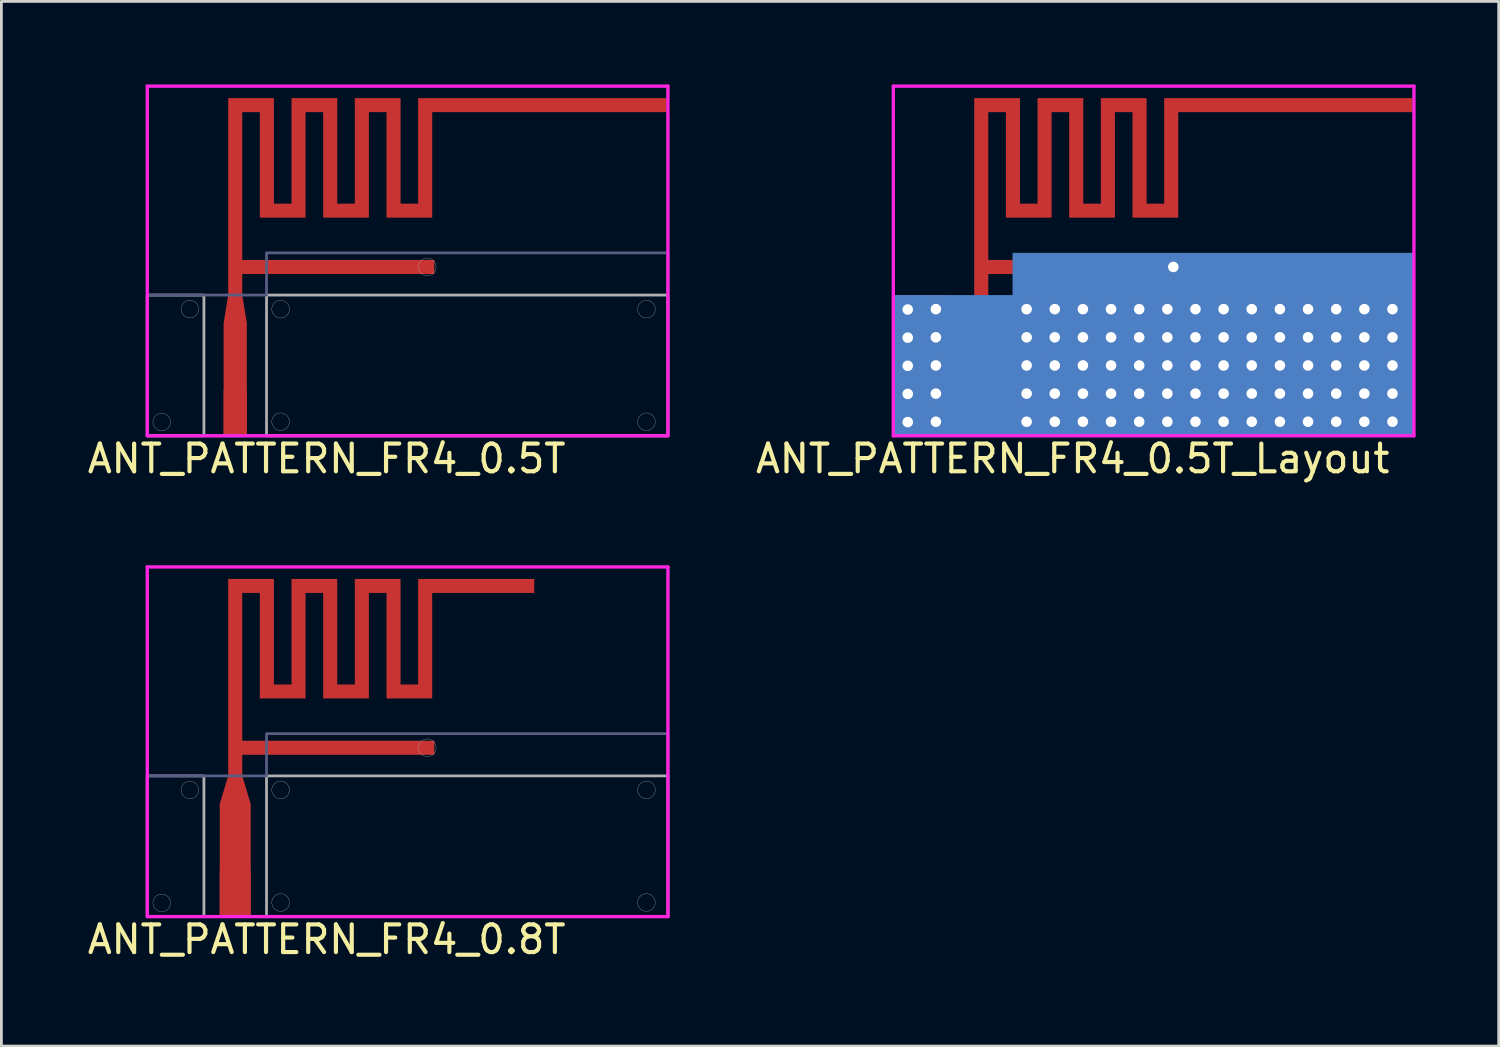
<source format=kicad_pcb>
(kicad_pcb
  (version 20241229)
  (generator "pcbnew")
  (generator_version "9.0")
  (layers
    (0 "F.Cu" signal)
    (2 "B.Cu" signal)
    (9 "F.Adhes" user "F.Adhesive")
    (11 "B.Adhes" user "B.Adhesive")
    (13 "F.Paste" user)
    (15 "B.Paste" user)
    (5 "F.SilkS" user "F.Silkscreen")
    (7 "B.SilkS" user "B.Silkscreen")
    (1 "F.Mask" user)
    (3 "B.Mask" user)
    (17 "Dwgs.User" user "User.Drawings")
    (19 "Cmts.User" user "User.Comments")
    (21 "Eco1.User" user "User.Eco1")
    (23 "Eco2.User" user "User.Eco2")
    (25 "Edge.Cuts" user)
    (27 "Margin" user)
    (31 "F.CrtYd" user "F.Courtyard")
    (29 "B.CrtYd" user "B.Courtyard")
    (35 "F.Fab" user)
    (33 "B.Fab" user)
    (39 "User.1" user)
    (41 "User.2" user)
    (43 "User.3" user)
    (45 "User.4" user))
  (footprint "ANT_PATTERN_FR4_0.8T"
    (layer "F.Cu")
    (at 5.442 30.105)
    (property "Reference" "ANT_PATTERN_FR4_0.8T" (at 3.302 0.762 0) (layer "F.SilkS") (effects (font (size 1 1) (thickness 0.15))))
    (attr through_hole)
    (fp_poly (pts (xy 0.559 -4.128) (xy 0.559 -0.064) (xy -0.559 -0.064) (xy -0.559 -4.128) (xy -0.254 -5.144) (xy -0.254 -12.255) (xy 1.397 -12.255) (xy 1.397 -8.445) (xy 2.032 -8.445) (xy 2.032 -12.255) (xy 3.683 -12.255) (xy 3.683 -8.445) (xy 4.318 -8.445) (xy 4.318 -12.255) (xy 5.969 -12.255) (xy 5.969 -8.445) (xy 6.604 -8.445) (xy 6.604 -12.255) (xy 10.795 -12.255) (xy 10.795 -11.748) (xy 7.112 -11.748) (xy 7.112 -7.938) (xy 5.461 -7.938) (xy 5.461 -11.748) (xy 4.826 -11.748) (xy 4.826 -7.938) (xy 3.175 -7.938) (xy 3.175 -11.748) (xy 2.54 -11.748) (xy 2.54 -7.938) (xy 0.889 -7.938) (xy 0.889 -11.748) (xy 0.254 -11.748) (xy 0.254 -6.413) (xy 7.188 -6.413) (xy 7.188 -5.905) (xy 0.254 -5.905) (xy 0.254 -5.144)) (stroke (width 0) (type solid)) (fill yes) (layer "F.Cu"))
    (fp_poly (pts (xy 0.559 -4.14) (xy 0.559 -0.076) (xy -0.559 -0.064) (xy -0.559 -4.128) (xy -0.254 -5.144) (xy -0.254 -12.255) (xy 1.397 -12.255) (xy 1.397 -8.445) (xy 2.032 -8.445) (xy 2.032 -12.255) (xy 3.683 -12.255) (xy 3.683 -8.445) (xy 4.318 -8.445) (xy 4.318 -12.255) (xy 5.969 -12.255) (xy 5.969 -8.445) (xy 6.604 -8.445) (xy 6.604 -12.255) (xy 10.795 -12.255) (xy 10.795 -11.748) (xy 7.112 -11.748) (xy 7.112 -7.938) (xy 5.461 -7.938) (xy 5.461 -11.748) (xy 4.826 -11.748) (xy 4.826 -7.938) (xy 3.175 -7.938) (xy 3.175 -11.748) (xy 2.54 -11.748) (xy 2.54 -7.938) (xy 0.889 -7.938) (xy 0.889 -11.748) (xy 0.254 -11.748) (xy 0.254 -6.413) (xy 7.188 -6.413) (xy 7.188 -5.905) (xy 0.254 -5.905) (xy 0.254 -5.144)) (stroke (width 0) (type solid)) (fill yes) (layer "F.Mask"))
    (fp_circle (center -2.654 -0.559) (end -2.337 -0.559) (stroke (width 0.01) (type solid)) (fill no) (layer "Dwgs.User"))
    (fp_circle (center -1.638 -4.636) (end -1.321 -4.636) (stroke (width 0.01) (type solid)) (fill no) (layer "Dwgs.User"))
    (fp_circle (center 1.638 -4.636) (end 1.956 -4.636) (stroke (width 0.01) (type solid)) (fill no) (layer "Dwgs.User"))
    (fp_circle (center 1.638 -0.572) (end 1.956 -0.572) (stroke (width 0.01) (type solid)) (fill no) (layer "Dwgs.User"))
    (fp_circle (center 6.934 -6.16) (end 7.252 -6.16) (stroke (width 0.01) (type solid)) (fill no) (layer "Dwgs.User"))
    (fp_circle (center 14.846 -4.636) (end 15.164 -4.636) (stroke (width 0.01) (type solid)) (fill no) (layer "Dwgs.User"))
    (fp_circle (center 14.846 -0.572) (end 15.164 -0.572) (stroke (width 0.01) (type solid)) (fill no) (layer "Dwgs.User"))
    (fp_line (start -3.175 -12.687) (end 15.621 -12.687) (stroke (width 0.12) (type solid)) (layer "F.CrtYd"))
    (fp_line (start -3.175 -0.064) (end -3.175 -12.687) (stroke (width 0.12) (type solid)) (layer "F.CrtYd"))
    (fp_line (start 15.621 -12.687) (end 15.621 -0.064) (stroke (width 0.12) (type solid)) (layer "F.CrtYd"))
    (fp_line (start 15.621 -0.064) (end -3.175 -0.064) (stroke (width 0.12) (type solid)) (layer "F.CrtYd"))
    (fp_poly (pts (xy 15.621 -0.064) (xy -3.175 -0.064) (xy -3.175 -5.144) (xy 1.13 -5.144) (xy 1.13 -6.668) (xy 15.621 -6.668) (xy 15.621 -5.144)) (stroke (width 0.1) (type solid)) (fill no) (layer "B.Fab"))
    (fp_poly (pts (xy -1.13 -0.064) (xy -3.175 -0.064) (xy -3.175 -5.144) (xy -1.13 -5.144)) (stroke (width 0.1) (type solid)) (fill no) (layer "F.Fab"))
    (fp_poly (pts (xy 15.621 -5.144) (xy 15.621 -0.064) (xy 1.13 -0.064) (xy 1.13 -5.144)) (stroke (width 0.1) (type solid)) (fill no) (layer "F.Fab"))
    (pad "1" connect trapezoid (at 0 -0.889) (size 1.118 1.651) (layers "F.Cu" "F.Mask")))
  (footprint "ANT_PATTERN_FR4_0.5T"
    (layer "F.Cu")
    (at 5.442 12.747)
    (property "Reference" "ANT_PATTERN_FR4_0.5T" (at 3.302 0.762 0) (layer "F.SilkS") (effects (font (size 1 1) (thickness 0.15))))
    (attr through_hole)
    (fp_poly (pts (xy 0.419 -4.128) (xy 0.419 -0.064) (xy -0.419 -0.064) (xy -0.419 -4.128) (xy -0.254 -5.144) (xy -0.254 -12.255) (xy 1.397 -12.255) (xy 1.397 -8.445) (xy 2.032 -8.445) (xy 2.032 -12.255) (xy 3.683 -12.255) (xy 3.683 -8.445) (xy 4.318 -8.445) (xy 4.318 -12.255) (xy 5.969 -12.255) (xy 5.969 -8.445) (xy 6.604 -8.445) (xy 6.604 -12.255) (xy 15.57 -12.255) (xy 15.57 -11.748) (xy 7.112 -11.748) (xy 7.112 -7.938) (xy 5.461 -7.938) (xy 5.461 -11.748) (xy 4.826 -11.748) (xy 4.826 -7.938) (xy 3.175 -7.938) (xy 3.175 -11.748) (xy 2.54 -11.748) (xy 2.54 -7.938) (xy 0.889 -7.938) (xy 0.889 -11.748) (xy 0.254 -11.748) (xy 0.254 -6.413) (xy 7.188 -6.413) (xy 7.188 -5.905) (xy 0.254 -5.905) (xy 0.254 -5.144)) (stroke (width 0) (type solid)) (fill yes) (layer "F.Cu"))
    (fp_poly (pts (xy 0.419 -4.128) (xy 0.419 -0.064) (xy -0.419 -0.064) (xy -0.419 -4.128) (xy -0.254 -5.144) (xy -0.254 -12.255) (xy 1.397 -12.255) (xy 1.397 -8.445) (xy 2.032 -8.445) (xy 2.032 -12.255) (xy 3.683 -12.255) (xy 3.683 -8.445) (xy 4.318 -8.445) (xy 4.318 -12.255) (xy 5.969 -12.255) (xy 5.969 -8.445) (xy 6.604 -8.445) (xy 6.604 -12.255) (xy 15.57 -12.255) (xy 15.57 -11.748) (xy 7.112 -11.748) (xy 7.112 -7.938) (xy 5.461 -7.938) (xy 5.461 -11.748) (xy 4.826 -11.748) (xy 4.826 -7.938) (xy 3.175 -7.938) (xy 3.175 -11.748) (xy 2.54 -11.748) (xy 2.54 -7.938) (xy 0.889 -7.938) (xy 0.889 -11.748) (xy 0.254 -11.748) (xy 0.254 -6.413) (xy 7.188 -6.413) (xy 7.188 -5.905) (xy 0.254 -5.905) (xy 0.254 -5.144)) (stroke (width 0) (type solid)) (fill yes) (layer "F.Mask"))
    (fp_circle (center -2.654 -0.559) (end -2.337 -0.559) (stroke (width 0.01) (type solid)) (fill no) (layer "Dwgs.User"))
    (fp_circle (center -1.638 -4.636) (end -1.321 -4.636) (stroke (width 0.01) (type solid)) (fill no) (layer "Dwgs.User"))
    (fp_circle (center 1.638 -4.636) (end 1.956 -4.636) (stroke (width 0.01) (type solid)) (fill no) (layer "Dwgs.User"))
    (fp_circle (center 1.638 -0.572) (end 1.956 -0.572) (stroke (width 0.01) (type solid)) (fill no) (layer "Dwgs.User"))
    (fp_circle (center 6.934 -6.16) (end 7.252 -6.16) (stroke (width 0.01) (type solid)) (fill no) (layer "Dwgs.User"))
    (fp_circle (center 14.846 -4.636) (end 15.164 -4.636) (stroke (width 0.01) (type solid)) (fill no) (layer "Dwgs.User"))
    (fp_circle (center 14.846 -0.572) (end 15.164 -0.572) (stroke (width 0.01) (type solid)) (fill no) (layer "Dwgs.User"))
    (fp_line (start -3.175 -12.687) (end 15.621 -12.687) (stroke (width 0.12) (type solid)) (layer "F.CrtYd"))
    (fp_line (start -3.175 -0.064) (end -3.175 -12.687) (stroke (width 0.12) (type solid)) (layer "F.CrtYd"))
    (fp_line (start 15.621 -12.687) (end 15.621 -0.064) (stroke (width 0.12) (type solid)) (layer "F.CrtYd"))
    (fp_line (start 15.621 -0.064) (end -3.175 -0.064) (stroke (width 0.12) (type solid)) (layer "F.CrtYd"))
    (fp_poly (pts (xy 15.621 -0.064) (xy -3.175 -0.064) (xy -3.175 -5.144) (xy 1.13 -5.144) (xy 1.13 -6.668) (xy 15.621 -6.668) (xy 15.621 -5.144)) (stroke (width 0.1) (type solid)) (fill no) (layer "B.Fab"))
    (fp_poly (pts (xy -1.13 -0.064) (xy -3.175 -0.064) (xy -3.175 -5.144) (xy -1.13 -5.144)) (stroke (width 0.1) (type solid)) (fill no) (layer "F.Fab"))
    (fp_poly (pts (xy 15.621 -5.144) (xy 15.621 -0.064) (xy 1.13 -0.064) (xy 1.13 -5.144)) (stroke (width 0.1) (type solid)) (fill no) (layer "F.Fab"))
    (pad "1" connect trapezoid (at 0 -0.889) (size 0.838 1.651) (layers "F.Cu" "F.Mask")))
  (footprint "ANT_PATTERN_FR4_0.5T_Layout"
    (layer "F.Cu")
    (at 32.375 12.747)
    (property "Reference" "ANT_PATTERN_FR4_0.5T_Layout" (at 3.302 0.762 0) (layer "F.SilkS") (effects (font (size 1 1) (thickness 0.15))))
    (attr through_hole)
    (fp_poly (pts (xy -1.13 -0.064) (xy -3.175 -0.064) (xy -3.175 -5.144) (xy -1.13 -5.144)) (stroke (width 0) (type solid)) (fill yes) (layer "F.Cu"))
    (fp_poly (pts (xy 15.621 -5.144) (xy 15.621 -0.064) (xy 1.13 -0.064) (xy 1.13 -5.144)) (stroke (width 0) (type solid)) (fill yes) (layer "F.Cu"))
    (fp_poly (pts (xy 0.419 -4.128) (xy 0.419 -0.064) (xy -0.419 -0.064) (xy -0.419 -4.128) (xy -0.254 -5.144) (xy -0.254 -12.255) (xy 1.397 -12.255) (xy 1.397 -8.445) (xy 2.032 -8.445) (xy 2.032 -12.255) (xy 3.683 -12.255) (xy 3.683 -8.445) (xy 4.318 -8.445) (xy 4.318 -12.255) (xy 5.969 -12.255) (xy 5.969 -8.445) (xy 6.604 -8.445) (xy 6.604 -12.255) (xy 15.57 -12.255) (xy 15.57 -11.748) (xy 7.112 -11.748) (xy 7.112 -7.938) (xy 5.461 -7.938) (xy 5.461 -11.748) (xy 4.826 -11.748) (xy 4.826 -7.938) (xy 3.175 -7.938) (xy 3.175 -11.748) (xy 2.54 -11.748) (xy 2.54 -7.938) (xy 0.889 -7.938) (xy 0.889 -11.748) (xy 0.254 -11.748) (xy 0.254 -6.413) (xy 7.188 -6.413) (xy 7.188 -5.905) (xy 0.254 -5.905) (xy 0.254 -5.144)) (stroke (width 0) (type solid)) (fill yes) (layer "F.Cu"))
    (fp_poly (pts (xy 0.419 -4.128) (xy 0.419 -0.064) (xy -0.419 -0.064) (xy -0.419 -4.128) (xy -0.254 -5.144) (xy -0.254 -12.255) (xy 1.397 -12.255) (xy 1.397 -8.445) (xy 2.032 -8.445) (xy 2.032 -12.255) (xy 3.683 -12.255) (xy 3.683 -8.445) (xy 4.318 -8.445) (xy 4.318 -12.255) (xy 5.969 -12.255) (xy 5.969 -8.445) (xy 6.604 -8.445) (xy 6.604 -12.255) (xy 15.57 -12.255) (xy 15.57 -11.748) (xy 7.112 -11.748) (xy 7.112 -7.938) (xy 5.461 -7.938) (xy 5.461 -11.748) (xy 4.826 -11.748) (xy 4.826 -7.938) (xy 3.175 -7.938) (xy 3.175 -11.748) (xy 2.54 -11.748) (xy 2.54 -7.938) (xy 0.889 -7.938) (xy 0.889 -11.748) (xy 0.254 -11.748) (xy 0.254 -6.413) (xy 7.188 -6.413) (xy 7.188 -5.905) (xy 0.254 -5.905) (xy 0.254 -5.144)) (stroke (width 0) (type solid)) (fill yes) (layer "F.Mask"))
    (fp_poly (pts (xy 15.621 -0.064) (xy -3.175 -0.064) (xy -3.175 -5.144) (xy 1.13 -5.144) (xy 1.13 -6.668) (xy 15.621 -6.668) (xy 15.621 -5.144)) (stroke (width 0) (type solid)) (fill yes) (layer "B.Cu"))
    (fp_line (start -3.175 -12.687) (end 15.621 -12.687) (stroke (width 0.12) (type solid)) (layer "F.CrtYd"))
    (fp_line (start -3.175 -0.064) (end -3.175 -12.687) (stroke (width 0.12) (type solid)) (layer "F.CrtYd"))
    (fp_line (start 15.621 -12.687) (end 15.621 -0.064) (stroke (width 0.12) (type solid)) (layer "F.CrtYd"))
    (fp_line (start 15.621 -0.064) (end -3.175 -0.064) (stroke (width 0.12) (type solid)) (layer "F.CrtYd"))
    (pad "" np_thru_hole circle (at -2.654 -4.623) (size 0.635 0.635) (drill 0.381) (layers "*.Cu" "*.Mask"))
    (pad "" np_thru_hole circle (at -2.654 -3.607) (size 0.635 0.635) (drill 0.381) (layers "*.Cu" "*.Mask"))
    (pad "" np_thru_hole circle (at -2.654 -2.591) (size 0.635 0.635) (drill 0.381) (layers "*.Cu" "*.Mask"))
    (pad "" np_thru_hole circle (at -2.654 -1.575) (size 0.635 0.635) (drill 0.381) (layers "*.Cu" "*.Mask"))
    (pad "" np_thru_hole circle (at -2.654 -0.559) (size 0.635 0.635) (drill 0.381) (layers "*.Cu" "*.Mask"))
    (pad "" np_thru_hole circle (at -1.638 -4.636) (size 0.635 0.635) (drill 0.381) (layers "*.Cu" "*.Mask"))
    (pad "" np_thru_hole circle (at -1.638 -3.619) (size 0.635 0.635) (drill 0.381) (layers "*.Cu" "*.Mask"))
    (pad "" np_thru_hole circle (at -1.638 -2.603) (size 0.635 0.635) (drill 0.381) (layers "*.Cu" "*.Mask"))
    (pad "" np_thru_hole circle (at -1.638 -1.587) (size 0.635 0.635) (drill 0.381) (layers "*.Cu" "*.Mask"))
    (pad "" np_thru_hole circle (at -1.638 -0.572) (size 0.635 0.635) (drill 0.381) (layers "*.Cu" "*.Mask"))
    (pad "" np_thru_hole circle (at 1.638 -4.636) (size 0.635 0.635) (drill 0.381) (layers "*.Cu" "*.Mask"))
    (pad "" np_thru_hole circle (at 1.638 -3.619) (size 0.635 0.635) (drill 0.381) (layers "*.Cu" "*.Mask"))
    (pad "" np_thru_hole circle (at 1.638 -2.603) (size 0.635 0.635) (drill 0.381) (layers "*.Cu" "*.Mask"))
    (pad "" np_thru_hole circle (at 1.638 -1.587) (size 0.635 0.635) (drill 0.381) (layers "*.Cu" "*.Mask"))
    (pad "" np_thru_hole circle (at 1.638 -0.572) (size 0.635 0.635) (drill 0.381) (layers "*.Cu" "*.Mask"))
    (pad "" np_thru_hole circle (at 2.654 -4.636) (size 0.635 0.635) (drill 0.381) (layers "*.Cu" "*.Mask"))
    (pad "" np_thru_hole circle (at 2.654 -3.619) (size 0.635 0.635) (drill 0.381) (layers "*.Cu" "*.Mask"))
    (pad "" np_thru_hole circle (at 2.654 -2.603) (size 0.635 0.635) (drill 0.381) (layers "*.Cu" "*.Mask"))
    (pad "" np_thru_hole circle (at 2.654 -1.587) (size 0.635 0.635) (drill 0.381) (layers "*.Cu" "*.Mask"))
    (pad "" np_thru_hole circle (at 2.654 -0.572) (size 0.635 0.635) (drill 0.381) (layers "*.Cu" "*.Mask"))
    (pad "" np_thru_hole circle (at 3.67 -4.636) (size 0.635 0.635) (drill 0.381) (layers "*.Cu" "*.Mask"))
    (pad "" np_thru_hole circle (at 3.67 -3.619) (size 0.635 0.635) (drill 0.381) (layers "*.Cu" "*.Mask"))
    (pad "" np_thru_hole circle (at 3.67 -2.603) (size 0.635 0.635) (drill 0.381) (layers "*.Cu" "*.Mask"))
    (pad "" np_thru_hole circle (at 3.67 -1.587) (size 0.635 0.635) (drill 0.381) (layers "*.Cu" "*.Mask"))
    (pad "" np_thru_hole circle (at 3.67 -0.572) (size 0.635 0.635) (drill 0.381) (layers "*.Cu" "*.Mask"))
    (pad "" np_thru_hole circle (at 4.686 -4.636) (size 0.635 0.635) (drill 0.381) (layers "*.Cu" "*.Mask"))
    (pad "" np_thru_hole circle (at 4.686 -3.619) (size 0.635 0.635) (drill 0.381) (layers "*.Cu" "*.Mask"))
    (pad "" np_thru_hole circle (at 4.686 -2.603) (size 0.635 0.635) (drill 0.381) (layers "*.Cu" "*.Mask"))
    (pad "" np_thru_hole circle (at 4.686 -1.587) (size 0.635 0.635) (drill 0.381) (layers "*.Cu" "*.Mask"))
    (pad "" np_thru_hole circle (at 4.686 -0.572) (size 0.635 0.635) (drill 0.381) (layers "*.Cu" "*.Mask"))
    (pad "" np_thru_hole circle (at 5.702 -4.636) (size 0.635 0.635) (drill 0.381) (layers "*.Cu" "*.Mask"))
    (pad "" np_thru_hole circle (at 5.702 -3.619) (size 0.635 0.635) (drill 0.381) (layers "*.Cu" "*.Mask"))
    (pad "" np_thru_hole circle (at 5.702 -2.603) (size 0.635 0.635) (drill 0.381) (layers "*.Cu" "*.Mask"))
    (pad "" np_thru_hole circle (at 5.702 -1.587) (size 0.635 0.635) (drill 0.381) (layers "*.Cu" "*.Mask"))
    (pad "" np_thru_hole circle (at 5.702 -0.572) (size 0.635 0.635) (drill 0.381) (layers "*.Cu" "*.Mask"))
    (pad "" np_thru_hole circle (at 6.718 -4.636) (size 0.635 0.635) (drill 0.381) (layers "*.Cu" "*.Mask"))
    (pad "" np_thru_hole circle (at 6.718 -3.619) (size 0.635 0.635) (drill 0.381) (layers "*.Cu" "*.Mask"))
    (pad "" np_thru_hole circle (at 6.718 -2.603) (size 0.635 0.635) (drill 0.381) (layers "*.Cu" "*.Mask"))
    (pad "" np_thru_hole circle (at 6.718 -1.587) (size 0.635 0.635) (drill 0.381) (layers "*.Cu" "*.Mask"))
    (pad "" np_thru_hole circle (at 6.718 -0.572) (size 0.635 0.635) (drill 0.381) (layers "*.Cu" "*.Mask"))
    (pad "" np_thru_hole circle (at 6.934 -6.16) (size 0.635 0.635) (drill 0.381) (layers "*.Cu" "*.Mask"))
    (pad "" np_thru_hole circle (at 7.734 -4.636) (size 0.635 0.635) (drill 0.381) (layers "*.Cu" "*.Mask"))
    (pad "" np_thru_hole circle (at 7.734 -3.619) (size 0.635 0.635) (drill 0.381) (layers "*.Cu" "*.Mask"))
    (pad "" np_thru_hole circle (at 7.734 -2.603) (size 0.635 0.635) (drill 0.381) (layers "*.Cu" "*.Mask"))
    (pad "" np_thru_hole circle (at 7.734 -1.587) (size 0.635 0.635) (drill 0.381) (layers "*.Cu" "*.Mask"))
    (pad "" np_thru_hole circle (at 7.734 -0.572) (size 0.635 0.635) (drill 0.381) (layers "*.Cu" "*.Mask"))
    (pad "" np_thru_hole circle (at 8.75 -4.636) (size 0.635 0.635) (drill 0.381) (layers "*.Cu" "*.Mask"))
    (pad "" np_thru_hole circle (at 8.75 -3.619) (size 0.635 0.635) (drill 0.381) (layers "*.Cu" "*.Mask"))
    (pad "" np_thru_hole circle (at 8.75 -2.603) (size 0.635 0.635) (drill 0.381) (layers "*.Cu" "*.Mask"))
    (pad "" np_thru_hole circle (at 8.75 -1.587) (size 0.635 0.635) (drill 0.381) (layers "*.Cu" "*.Mask"))
    (pad "" np_thru_hole circle (at 8.75 -0.572) (size 0.635 0.635) (drill 0.381) (layers "*.Cu" "*.Mask"))
    (pad "" np_thru_hole circle (at 9.766 -4.636) (size 0.635 0.635) (drill 0.381) (layers "*.Cu" "*.Mask"))
    (pad "" np_thru_hole circle (at 9.766 -3.619) (size 0.635 0.635) (drill 0.381) (layers "*.Cu" "*.Mask"))
    (pad "" np_thru_hole circle (at 9.766 -2.603) (size 0.635 0.635) (drill 0.381) (layers "*.Cu" "*.Mask"))
    (pad "" np_thru_hole circle (at 9.766 -1.587) (size 0.635 0.635) (drill 0.381) (layers "*.Cu" "*.Mask"))
    (pad "" np_thru_hole circle (at 9.766 -0.572) (size 0.635 0.635) (drill 0.381) (layers "*.Cu" "*.Mask"))
    (pad "" np_thru_hole circle (at 10.782 -4.636) (size 0.635 0.635) (drill 0.381) (layers "*.Cu" "*.Mask"))
    (pad "" np_thru_hole circle (at 10.782 -3.619) (size 0.635 0.635) (drill 0.381) (layers "*.Cu" "*.Mask"))
    (pad "" np_thru_hole circle (at 10.782 -2.603) (size 0.635 0.635) (drill 0.381) (layers "*.Cu" "*.Mask"))
    (pad "" np_thru_hole circle (at 10.782 -1.587) (size 0.635 0.635) (drill 0.381) (layers "*.Cu" "*.Mask"))
    (pad "" np_thru_hole circle (at 10.782 -0.572) (size 0.635 0.635) (drill 0.381) (layers "*.Cu" "*.Mask"))
    (pad "" np_thru_hole circle (at 11.798 -4.636) (size 0.635 0.635) (drill 0.381) (layers "*.Cu" "*.Mask"))
    (pad "" np_thru_hole circle (at 11.798 -3.619) (size 0.635 0.635) (drill 0.381) (layers "*.Cu" "*.Mask"))
    (pad "" np_thru_hole circle (at 11.798 -2.603) (size 0.635 0.635) (drill 0.381) (layers "*.Cu" "*.Mask"))
    (pad "" np_thru_hole circle (at 11.798 -1.587) (size 0.635 0.635) (drill 0.381) (layers "*.Cu" "*.Mask"))
    (pad "" np_thru_hole circle (at 11.798 -0.572) (size 0.635 0.635) (drill 0.381) (layers "*.Cu" "*.Mask"))
    (pad "" np_thru_hole circle (at 12.814 -4.636) (size 0.635 0.635) (drill 0.381) (layers "*.Cu" "*.Mask"))
    (pad "" np_thru_hole circle (at 12.814 -3.619) (size 0.635 0.635) (drill 0.381) (layers "*.Cu" "*.Mask"))
    (pad "" np_thru_hole circle (at 12.814 -2.603) (size 0.635 0.635) (drill 0.381) (layers "*.Cu" "*.Mask"))
    (pad "" np_thru_hole circle (at 12.814 -1.587) (size 0.635 0.635) (drill 0.381) (layers "*.Cu" "*.Mask"))
    (pad "" np_thru_hole circle (at 12.814 -0.572) (size 0.635 0.635) (drill 0.381) (layers "*.Cu" "*.Mask"))
    (pad "" np_thru_hole circle (at 13.83 -4.636) (size 0.635 0.635) (drill 0.381) (layers "*.Cu" "*.Mask"))
    (pad "" np_thru_hole circle (at 13.83 -3.619) (size 0.635 0.635) (drill 0.381) (layers "*.Cu" "*.Mask"))
    (pad "" np_thru_hole circle (at 13.83 -2.603) (size 0.635 0.635) (drill 0.381) (layers "*.Cu" "*.Mask"))
    (pad "" np_thru_hole circle (at 13.83 -1.587) (size 0.635 0.635) (drill 0.381) (layers "*.Cu" "*.Mask"))
    (pad "" np_thru_hole circle (at 13.83 -0.572) (size 0.635 0.635) (drill 0.381) (layers "*.Cu" "*.Mask"))
    (pad "" np_thru_hole circle (at 14.846 -4.636) (size 0.635 0.635) (drill 0.381) (layers "*.Cu" "*.Mask"))
    (pad "" np_thru_hole circle (at 14.846 -3.619) (size 0.635 0.635) (drill 0.381) (layers "*.Cu" "*.Mask"))
    (pad "" np_thru_hole circle (at 14.846 -2.603) (size 0.635 0.635) (drill 0.381) (layers "*.Cu" "*.Mask"))
    (pad "" np_thru_hole circle (at 14.846 -1.587) (size 0.635 0.635) (drill 0.381) (layers "*.Cu" "*.Mask"))
    (pad "" np_thru_hole circle (at 14.846 -0.572) (size 0.635 0.635) (drill 0.381) (layers "*.Cu" "*.Mask"))
    (pad "1" connect trapezoid (at 0 -0.889) (size 0.838 1.651) (layers "F.Cu" "F.Mask")))
  (gr_rect
    (start -3 -3)
    (end 51.056 34.715)
    (stroke (width 0.1) (type default))
    (fill no)
    (layer "Edge.Cuts")))
</source>
